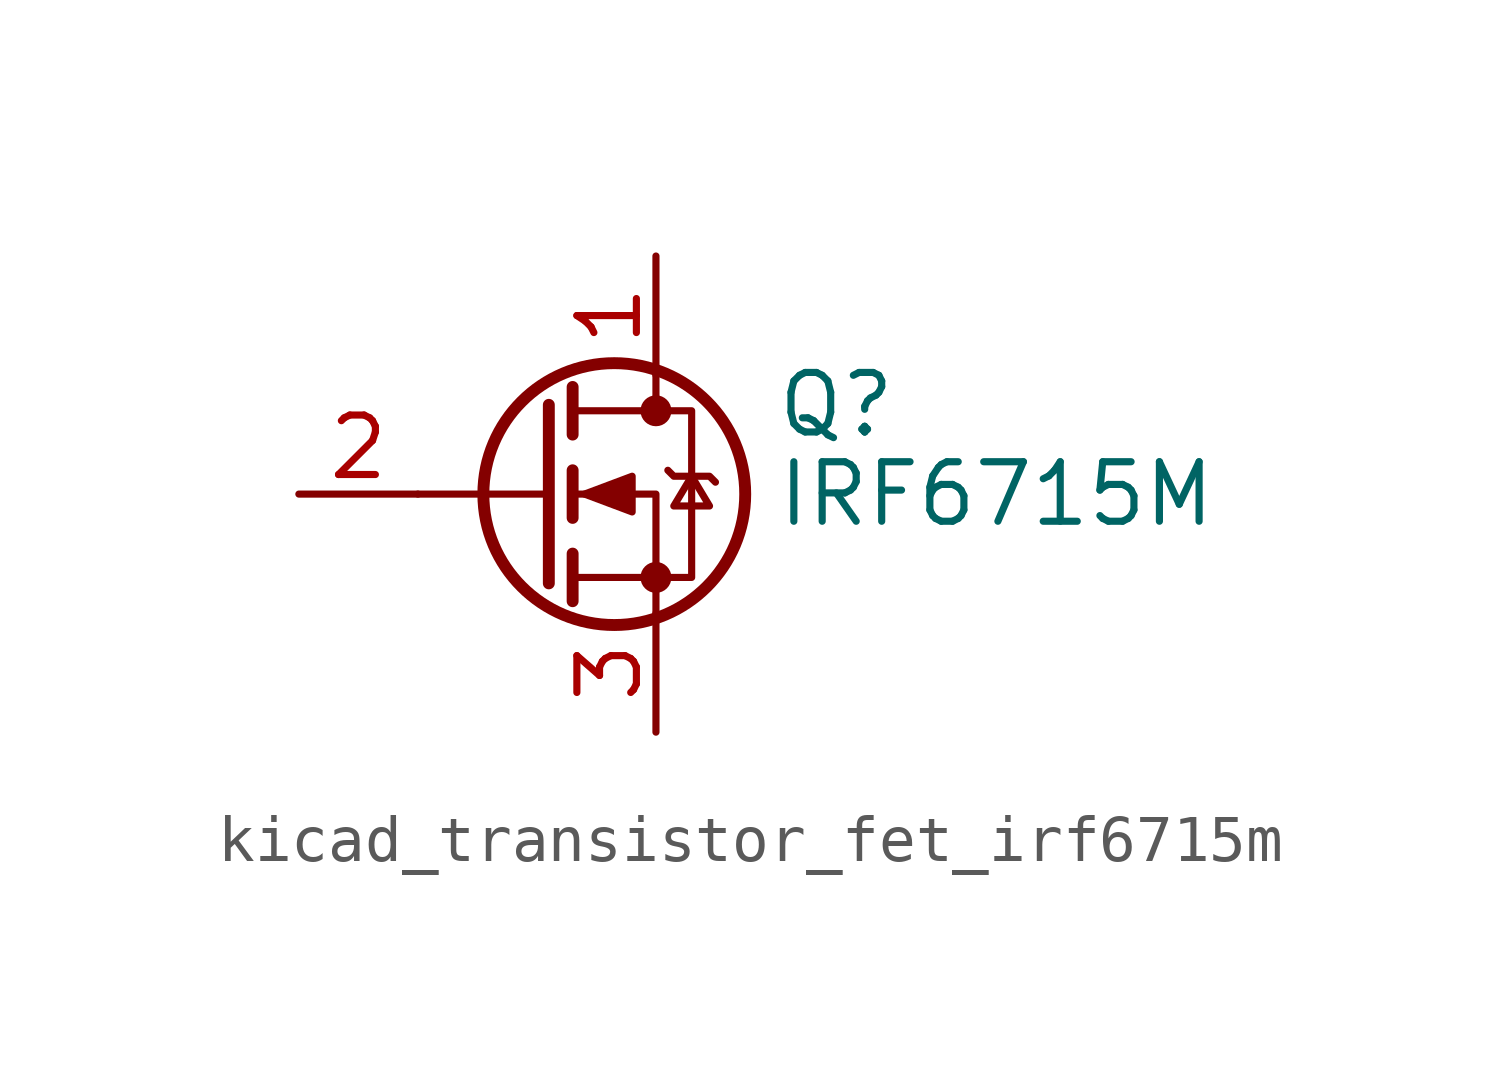
<source format=kicad_sym>
(kicad_symbol_lib
  (version 20220914)
  (generator kicad_symbol_editor)
  (symbol "kicad_transistor_fet_irf6715m"
    (pin_names hide)
    (property "Reference" "Q"
      (at 5.08 1.905 0)
      (effects (font (size 1.27 1.27)) (justify left)))
    (property "Value" "IRF6715M"
      (at 5.08 0 0)
      (effects (font (size 1.27 1.27)) (justify left)))
    (symbol "kicad_transistor_fet_irf6715m_0_1"
      (polyline (pts (xy 0.254 0) (xy -2.54 0)) (stroke (width 0) (type default)) (fill (type none)))
      (polyline (pts (xy 0.254 1.905) (xy 0.254 -1.905)) (stroke (width 0.254) (type default)) (fill (type none)))
      (polyline (pts (xy 0.762 -1.27) (xy 0.762 -2.286)) (stroke (width 0.254) (type default)) (fill (type none)))
      (polyline (pts (xy 0.762 0.508) (xy 0.762 -0.508)) (stroke (width 0.254) (type default)) (fill (type none)))
      (polyline (pts (xy 0.762 2.286) (xy 0.762 1.27)) (stroke (width 0.254) (type default)) (fill (type none)))
      (polyline (pts (xy 2.54 2.54) (xy 2.54 1.778)) (stroke (width 0) (type default)) (fill (type none)))
      (polyline (pts (xy 2.54 -2.54) (xy 2.54 0) (xy 0.762 0)) (stroke (width 0) (type default)) (fill (type none)))
      (polyline (pts (xy 0.762 -1.778) (xy 3.302 -1.778) (xy 3.302 1.778) (xy 0.762 1.778)) (stroke (width 0) (type default)) (fill (type none)))
      (polyline (pts (xy 1.016 0) (xy 2.032 0.381) (xy 2.032 -0.381) (xy 1.016 0)) (stroke (width 0) (type default)) (fill (type outline)))
      (polyline (pts (xy 2.794 0.508) (xy 2.921 0.381) (xy 3.683 0.381) (xy 3.81 0.254)) (stroke (width 0) (type default)) (fill (type none)))
      (polyline (pts (xy 3.302 0.381) (xy 2.921 -0.254) (xy 3.683 -0.254) (xy 3.302 0.381)) (stroke (width 0) (type default)) (fill (type none)))
      (circle (center 1.651 0) (radius 2.794) (stroke (width 0.254) (type default)) (fill (type none)))
      (circle (center 2.54 -1.778) (radius 0.254) (stroke (width 0) (type default)) (fill (type outline)))
      (circle (center 2.54 1.778) (radius 0.254) (stroke (width 0) (type default)) (fill (type outline))))
    (symbol "kicad_transistor_fet_irf6715m_1_1"
      (pin passive line (at 2.54 5.08 270) (length 2.54) (name "D" (effects (font (size 1.27 1.27)))) (number "1" (effects (font (size 1.27 1.27)))))
      (pin input line (at -5.08 0 0) (length 2.54) (name "G" (effects (font (size 1.27 1.27)))) (number "2" (effects (font (size 1.27 1.27)))))
      (pin passive line (at 2.54 -5.08 90) (length 2.54) (name "S" (effects (font (size 1.27 1.27)))) (number "3" (effects (font (size 1.27 1.27))))))))
</source>
